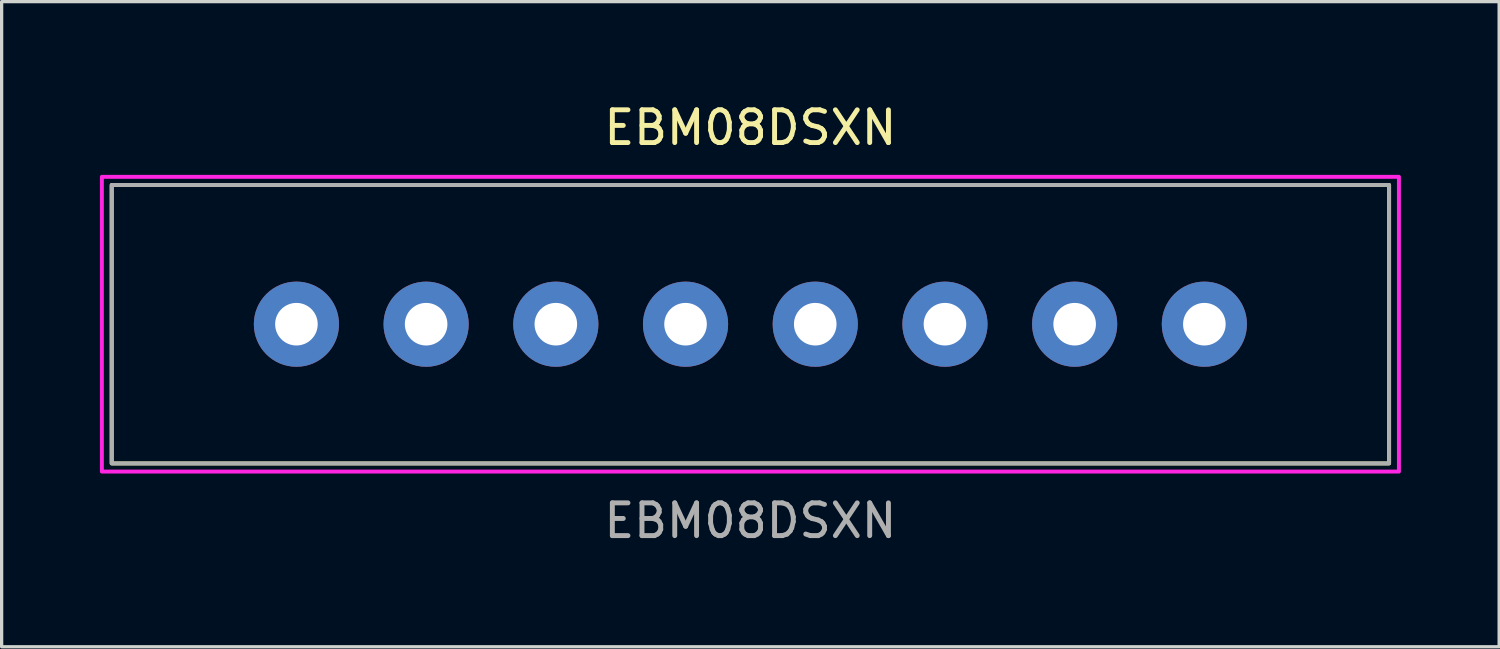
<source format=kicad_pcb>
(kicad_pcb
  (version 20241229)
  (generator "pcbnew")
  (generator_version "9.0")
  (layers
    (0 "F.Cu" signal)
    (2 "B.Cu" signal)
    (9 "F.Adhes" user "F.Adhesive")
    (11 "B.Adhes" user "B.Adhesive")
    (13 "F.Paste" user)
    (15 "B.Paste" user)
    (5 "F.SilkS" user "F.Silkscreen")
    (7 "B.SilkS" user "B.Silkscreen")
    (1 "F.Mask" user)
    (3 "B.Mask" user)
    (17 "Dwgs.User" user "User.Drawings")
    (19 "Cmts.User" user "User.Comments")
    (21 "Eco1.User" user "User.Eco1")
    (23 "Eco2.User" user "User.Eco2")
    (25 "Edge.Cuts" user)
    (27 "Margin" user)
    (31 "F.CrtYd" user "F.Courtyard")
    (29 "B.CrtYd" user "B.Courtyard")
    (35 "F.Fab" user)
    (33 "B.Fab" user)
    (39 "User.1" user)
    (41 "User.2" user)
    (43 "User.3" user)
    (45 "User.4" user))
  (footprint "EBM08DSXN"
    (layer "F.Cu")
    (at 19.86 6.848)
    (property "Reference" "EBM08DSXN" (at 0 -6 0) (unlocked yes) (layer "F.SilkS") (effects (font (size 1 1) (thickness 0.15))))
    (attr through_hole)
    (fp_rect (start -19.5 -4.25) (end 19.5 4.25) (stroke (width 0.12) (type solid)) (fill no) (layer "F.SilkS"))
    (fp_rect (start -19.8 -4.5) (end 19.8 4.5) (stroke (width 0.12) (type solid)) (fill no) (layer "F.CrtYd"))
    (fp_rect (start -19.5 -4.25) (end 19.5 4.25) (stroke (width 0.12) (type solid)) (fill no) (layer "F.Fab"))
    (fp_text user "${REFERENCE}" (at 0 6 0) (unlocked yes) (layer "F.Fab") (effects (font (size 1 1) (thickness 0.15))))
    (pad "1" thru_hole circle (at -13.86 0) (size 2.6 2.6) (drill 1.3) (layers "*.Cu" "*.Mask"))
    (pad "2" thru_hole circle (at -9.9 0) (size 2.6 2.6) (drill 1.3) (layers "*.Cu" "*.Mask"))
    (pad "3" thru_hole circle (at -5.94 0) (size 2.6 2.6) (drill 1.3) (layers "*.Cu" "*.Mask"))
    (pad "4" thru_hole circle (at -1.98 0) (size 2.6 2.6) (drill 1.3) (layers "*.Cu" "*.Mask"))
    (pad "5" thru_hole circle (at 1.98 0) (size 2.6 2.6) (drill 1.3) (layers "*.Cu" "*.Mask"))
    (pad "6" thru_hole circle (at 5.94 0) (size 2.6 2.6) (drill 1.3) (layers "*.Cu" "*.Mask"))
    (pad "7" thru_hole circle (at 9.9 0) (size 2.6 2.6) (drill 1.3) (layers "*.Cu" "*.Mask"))
    (pad "8" thru_hole circle (at 13.86 0) (size 2.6 2.6) (drill 1.3) (layers "*.Cu" "*.Mask")))
  (gr_rect
    (start -3 -3)
    (end 42.72 16.697)
    (stroke (width 0.1) (type default))
    (fill no)
    (layer "Edge.Cuts")))
</source>
